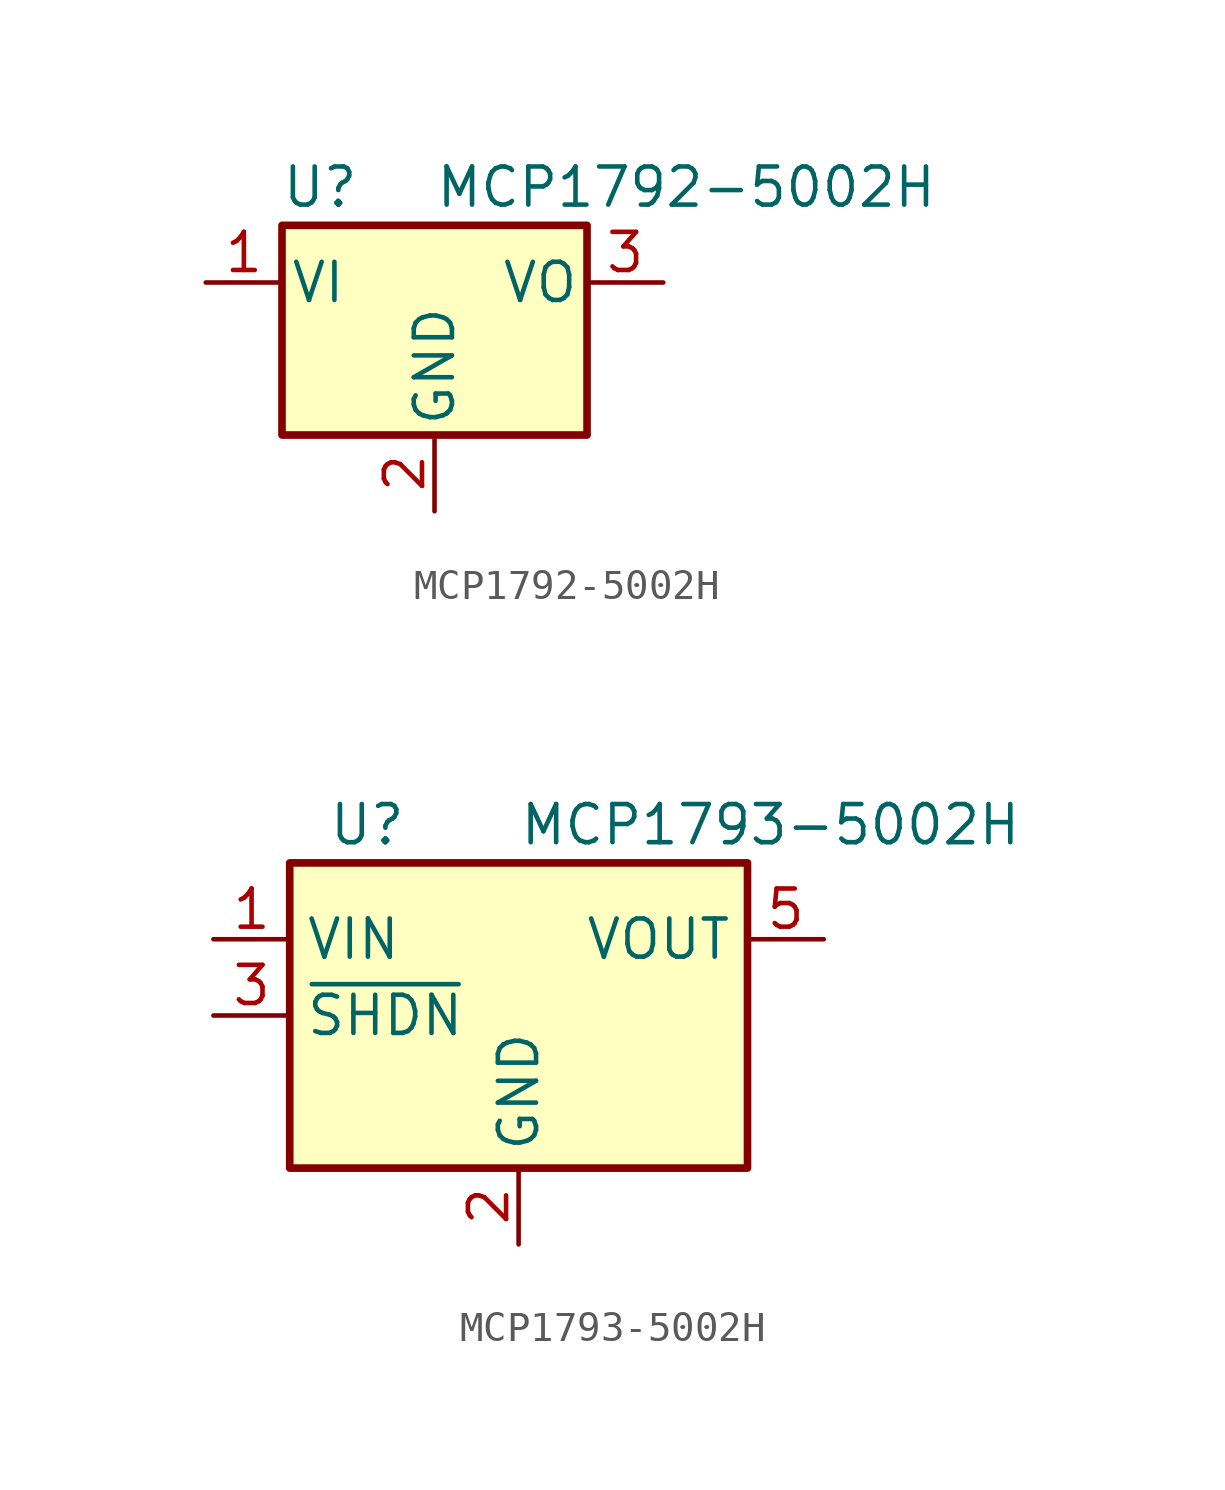
<source format=kicad_sym>
(kicad_symbol_lib
  (version 20211014)
  (generator kicad_symbol_editor)
  (symbol "MCP1792-5002H"
    (pin_names
      (offset 0.254))
    (property "Reference" "U"
      (at -3.81 3.175 0)
      (effects (font (size 1.27 1.27))))
    (property "Value" "MCP1792-5002H"
      (at 0 3.175 0)
      (effects (font (size 1.27 1.27)) (justify left)))
    (symbol "MCP1792-5002H_0_1"
      (rectangle (start -5.08 -5.08) (end 5.08 1.905) (stroke (width 0.254) (type default) (color 0 0 0 0)) (fill (type background))))
    (symbol "MCP1792-5002H_1_1"
      (pin power_in line (at -7.62 0 0) (length 2.54) (name "VI" (effects (font (size 1.27 1.27)))) (number "1" (effects (font (size 1.27 1.27)))))
      (pin power_in line (at 0 -7.62 90) (length 2.54) (name "GND" (effects (font (size 1.27 1.27)))) (number "2" (effects (font (size 1.27 1.27)))))
      (pin power_out line (at 7.62 0 180) (length 2.54) (name "VO" (effects (font (size 1.27 1.27)))) (number "3" (effects (font (size 1.27 1.27)))))))
  (symbol "MCP1793-5002H"
    (property "Reference" "U"
      (at -6.35 6.35 0)
      (effects (font (size 1.27 1.27)) (justify left)))
    (property "Value" "MCP1793-5002H"
      (at 0 6.35 0)
      (effects (font (size 1.27 1.27)) (justify left)))
    (symbol "MCP1793-5002H_0_1"
      (rectangle (start -7.62 5.08) (end 7.62 -5.08) (stroke (width 0.254) (type default) (color 0 0 0 0)) (fill (type background))))
    (symbol "MCP1793-5002H_1_1"
      (pin power_in line (at -10.16 2.54 0) (length 2.54) (name "VIN" (effects (font (size 1.27 1.27)))) (number "1" (effects (font (size 1.27 1.27)))))
      (pin power_in line (at 0 -7.62 90) (length 2.54) (name "GND" (effects (font (size 1.27 1.27)))) (number "2" (effects (font (size 1.27 1.27)))))
      (pin input line (at -10.16 0 0) (length 2.54) (name "~{SHDN}" (effects (font (size 1.27 1.27)))) (number "3" (effects (font (size 1.27 1.27)))))
      (pin no_connect line (at 7.62 0 180) (length 2.54) hide (name "NC" (effects (font (size 1.27 1.27)))) (number "4" (effects (font (size 1.27 1.27)))))
      (pin power_out line (at 10.16 2.54 180) (length 2.54) (name "VOUT" (effects (font (size 1.27 1.27)))) (number "5" (effects (font (size 1.27 1.27))))))))
</source>
